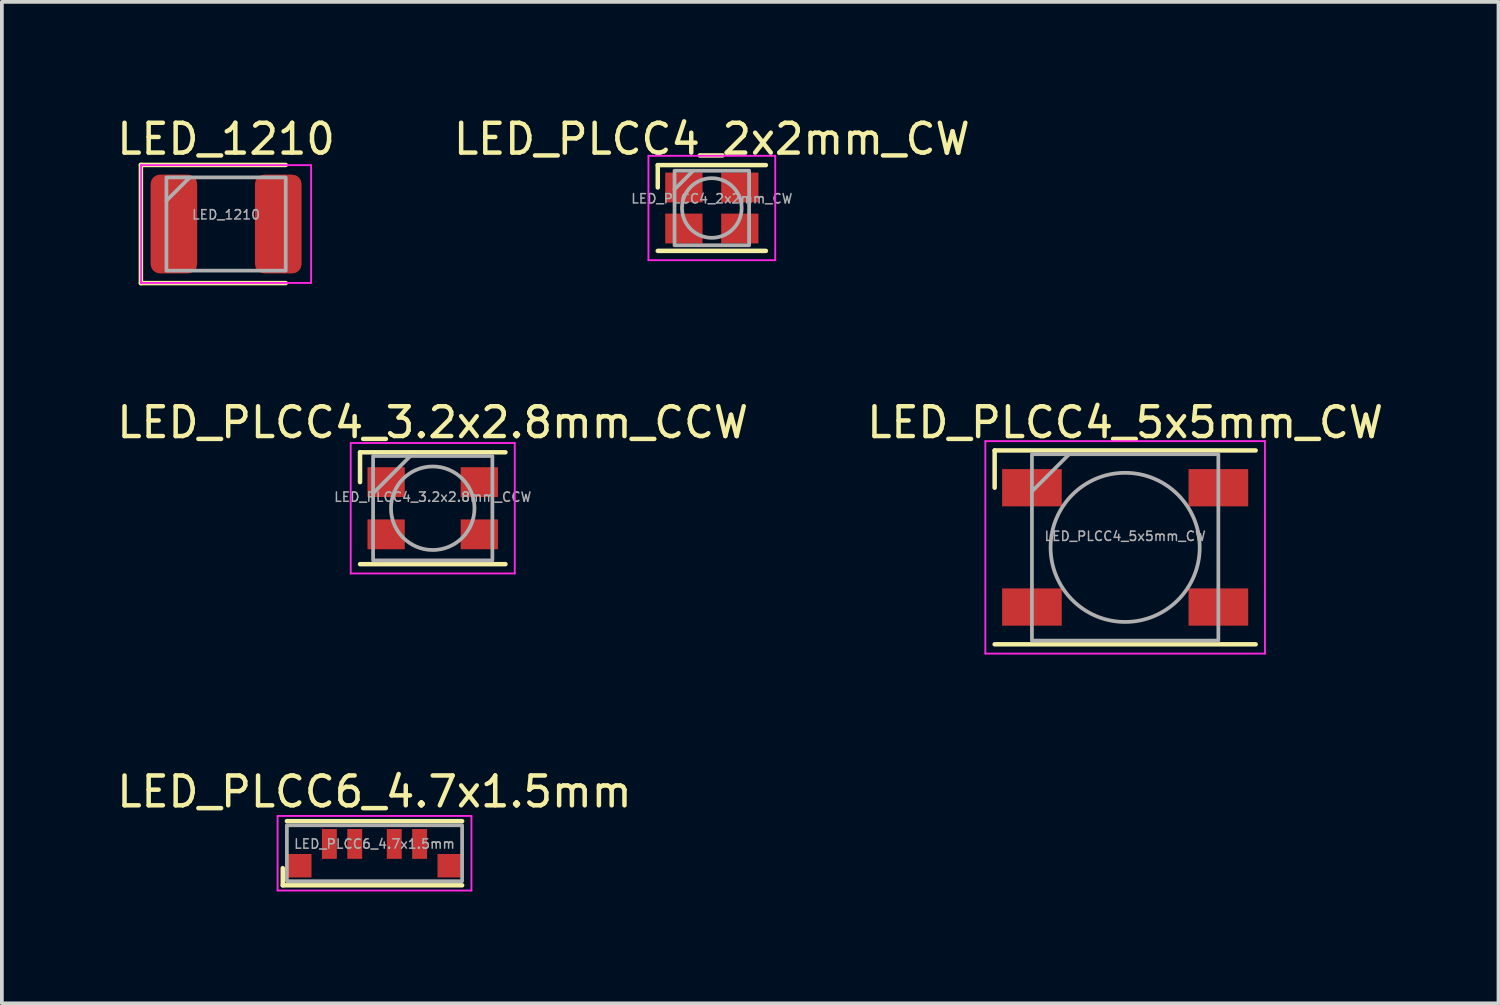
<source format=kicad_pcb>
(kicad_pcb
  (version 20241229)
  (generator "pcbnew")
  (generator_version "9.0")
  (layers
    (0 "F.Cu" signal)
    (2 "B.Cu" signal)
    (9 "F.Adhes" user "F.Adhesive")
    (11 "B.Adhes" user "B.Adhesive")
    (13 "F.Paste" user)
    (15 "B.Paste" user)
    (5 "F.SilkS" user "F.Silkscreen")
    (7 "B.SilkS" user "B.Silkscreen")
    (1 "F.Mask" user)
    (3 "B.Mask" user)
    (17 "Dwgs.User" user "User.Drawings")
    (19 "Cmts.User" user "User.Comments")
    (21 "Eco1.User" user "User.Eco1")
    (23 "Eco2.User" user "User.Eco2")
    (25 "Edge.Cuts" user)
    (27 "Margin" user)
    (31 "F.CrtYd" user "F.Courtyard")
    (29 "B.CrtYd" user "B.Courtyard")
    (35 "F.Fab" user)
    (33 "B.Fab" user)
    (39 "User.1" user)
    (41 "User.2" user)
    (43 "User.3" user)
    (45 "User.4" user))
  (footprint "LED_1210"
    (layer "F.Cu")
    (at 3.014 2.959)
    (property "Reference" "LED_1210" (at 0 -2.28 0) (layer "F.SilkS") (effects (font (size 0.8 0.8) (thickness 0.12))))
    (attr smd)
    (fp_line (start -2.285 -1.585) (end -2.285 1.585) (stroke (width 0.12) (type solid)) (layer "F.SilkS"))
    (fp_line (start -2.285 1.585) (end 1.6 1.585) (stroke (width 0.12) (type solid)) (layer "F.SilkS"))
    (fp_line (start 1.6 -1.585) (end -2.285 -1.585) (stroke (width 0.12) (type solid)) (layer "F.SilkS"))
    (fp_line (start -2.28 -1.58) (end 2.28 -1.58) (stroke (width 0.05) (type solid)) (layer "F.CrtYd"))
    (fp_line (start -2.28 1.58) (end -2.28 -1.58) (stroke (width 0.05) (type solid)) (layer "F.CrtYd"))
    (fp_line (start 2.28 -1.58) (end 2.28 1.58) (stroke (width 0.05) (type solid)) (layer "F.CrtYd"))
    (fp_line (start 2.28 1.58) (end -2.28 1.58) (stroke (width 0.05) (type solid)) (layer "F.CrtYd"))
    (fp_line (start -0.975 -1.25) (end -1.6 -0.625) (stroke (width 0.1) (type solid)) (layer "F.Fab"))
    (fp_rect (start -1.6 -1.25) (end 1.6 1.25) (stroke (width 0.1) (type default)) (fill no) (layer "F.Fab"))
    (fp_text user "${REFERENCE}" (at 0 -0.25 0) (layer "F.Fab") (effects (font (size 0.25 0.25) (thickness 0.04))))
    (pad "1" smd roundrect (at -1.4 0) (size 1.25 2.65) (layers "F.Cu" "F.Mask" "F.Paste") (roundrect_rratio 0.2))
    (pad "2" smd roundrect (at 1.4 0) (size 1.25 2.65) (layers "F.Cu" "F.Mask" "F.Paste") (roundrect_rratio 0.2)))
  (footprint "LED_PLCC4_2x2mm_CW"
    (layer "F.Cu")
    (at 16.043 2.529)
    (property "Reference" "LED_PLCC4_2x2mm_CW" (at 0 -1.85 0) (layer "F.SilkS") (effects (font (size 0.8 0.8) (thickness 0.12))))
    (attr smd)
    (fp_line (start -1.45 -1.15) (end 1.45 -1.15) (stroke (width 0.12) (type solid)) (layer "F.SilkS"))
    (fp_line (start -1.45 -0.55) (end -1.45 -1.15) (stroke (width 0.12) (type solid)) (layer "F.SilkS"))
    (fp_line (start -1.45 1.15) (end 1.45 1.15) (stroke (width 0.12) (type solid)) (layer "F.SilkS"))
    (fp_line (start -1.7 -1.4) (end -1.7 1.4) (stroke (width 0.05) (type solid)) (layer "F.CrtYd"))
    (fp_line (start -1.7 1.4) (end 1.7 1.4) (stroke (width 0.05) (type solid)) (layer "F.CrtYd"))
    (fp_line (start 1.7 -1.4) (end -1.7 -1.4) (stroke (width 0.05) (type solid)) (layer "F.CrtYd"))
    (fp_line (start 1.7 1.4) (end 1.7 -1.4) (stroke (width 0.05) (type solid)) (layer "F.CrtYd"))
    (fp_line (start -0.5 -1) (end -1 -0.5) (stroke (width 0.1) (type solid)) (layer "F.Fab"))
    (fp_rect (start -1 -1) (end 1 1) (stroke (width 0.1) (type default)) (fill no) (layer "F.Fab"))
    (fp_circle (center 0 0) (end 0.8 0) (stroke (width 0.1) (type solid)) (fill no) (layer "F.Fab"))
    (fp_text user "${REFERENCE}" (at 0 -0.25 0) (layer "F.Fab") (effects (font (size 0.25 0.25) (thickness 0.04))))
    (pad "1" smd rect (at -0.75 -0.55) (size 1 0.8) (layers "F.Cu" "F.Mask" "F.Paste"))
    (pad "2" smd rect (at 0.75 -0.55) (size 1 0.8) (layers "F.Cu" "F.Mask" "F.Paste"))
    (pad "3" smd rect (at 0.75 0.55) (size 1 0.8) (layers "F.Cu" "F.Mask" "F.Paste"))
    (pad "4" smd rect (at -0.75 0.55) (size 1 0.8) (layers "F.Cu" "F.Mask" "F.Paste")))
  (footprint "LED_PLCC6_4.7x1.5mm"
    (layer "F.Cu")
    (at 6.995 19.836)
    (property "Reference" "LED_PLCC6_4.7x1.5mm" (at 0 -1.65 0) (layer "F.SilkS") (effects (font (size 0.8 0.8) (thickness 0.12))))
    (attr smd)
    (fp_line (start -2.46 0.4) (end -2.46 0.86) (stroke (width 0.12) (type solid)) (layer "F.SilkS"))
    (fp_line (start -2.46 0.86) (end 2.35 0.86) (stroke (width 0.12) (type solid)) (layer "F.SilkS"))
    (fp_line (start -2.35 -0.86) (end 2.35 -0.86) (stroke (width 0.12) (type solid)) (layer "F.SilkS"))
    (fp_line (start -2.6 -1) (end -2.6 1) (stroke (width 0.05) (type solid)) (layer "F.CrtYd"))
    (fp_line (start -2.6 -1) (end 2.6 -1) (stroke (width 0.05) (type solid)) (layer "F.CrtYd"))
    (fp_line (start 2.6 -1) (end 2.6 1) (stroke (width 0.05) (type solid)) (layer "F.CrtYd"))
    (fp_line (start 2.6 1) (end -2.6 1) (stroke (width 0.05) (type solid)) (layer "F.CrtYd"))
    (fp_rect (start -2.35 -0.75) (end 2.35 0.75) (stroke (width 0.1) (type default)) (fill no) (layer "F.Fab"))
    (fp_text user "${REFERENCE}" (at 0 -0.25 0) (layer "F.Fab") (effects (font (size 0.25 0.25) (thickness 0.04))))
    (pad "1" smd rect (at -2.02 0.335) (size 0.66 0.63) (layers "F.Cu" "F.Mask" "F.Paste"))
    (pad "2" smd rect (at -1.21 -0.25) (size 0.4 0.8) (layers "F.Cu" "F.Mask" "F.Paste"))
    (pad "3" smd rect (at -0.53 -0.25) (size 0.4 0.8) (layers "F.Cu" "F.Mask" "F.Paste"))
    (pad "4" smd rect (at 0.53 -0.25) (size 0.4 0.8) (layers "F.Cu" "F.Mask" "F.Paste"))
    (pad "5" smd rect (at 1.21 -0.25) (size 0.4 0.8) (layers "F.Cu" "F.Mask" "F.Paste"))
    (pad "6" smd rect (at 2.02 0.335) (size 0.66 0.63) (layers "F.Cu" "F.Mask" "F.Paste")))
  (footprint "LED_PLCC4_3.2x2.8mm_CCW"
    (layer "F.Cu")
    (at 8.557 10.582)
    (property "Reference" "LED_PLCC4_3.2x2.8mm_CCW" (at 0 -2.3 0) (layer "F.SilkS") (effects (font (size 0.8 0.8) (thickness 0.12))))
    (attr smd)
    (fp_line (start -1.95 -1.5) (end 1.95 -1.5) (stroke (width 0.12) (type solid)) (layer "F.SilkS"))
    (fp_line (start -1.95 -0.7) (end -1.95 -1.5) (stroke (width 0.12) (type solid)) (layer "F.SilkS"))
    (fp_line (start -1.95 1.5) (end 1.95 1.5) (stroke (width 0.12) (type solid)) (layer "F.SilkS"))
    (fp_line (start -2.2 -1.75) (end -2.2 1.75) (stroke (width 0.05) (type solid)) (layer "F.CrtYd"))
    (fp_line (start -2.2 1.75) (end 2.2 1.75) (stroke (width 0.05) (type solid)) (layer "F.CrtYd"))
    (fp_line (start 2.2 -1.75) (end -2.2 -1.75) (stroke (width 0.05) (type solid)) (layer "F.CrtYd"))
    (fp_line (start 2.2 1.75) (end 2.2 -1.75) (stroke (width 0.05) (type solid)) (layer "F.CrtYd"))
    (fp_line (start -0.6 -1.4) (end -1.6 -0.4) (stroke (width 0.1) (type solid)) (layer "F.Fab"))
    (fp_rect (start -1.6 -1.4) (end 1.6 1.4) (stroke (width 0.1) (type default)) (fill no) (layer "F.Fab"))
    (fp_circle (center 0 0) (end 1.12 0) (stroke (width 0.1) (type solid)) (fill no) (layer "F.Fab"))
    (fp_text user "${REFERENCE}" (at 0 -0.3 0) (layer "F.Fab") (effects (font (size 0.25 0.25) (thickness 0.04))))
    (pad "1" smd rect (at -1.25 -0.7) (size 1 0.8) (layers "F.Cu" "F.Mask" "F.Paste"))
    (pad "2" smd rect (at -1.25 0.7) (size 1 0.8) (layers "F.Cu" "F.Mask" "F.Paste"))
    (pad "3" smd rect (at 1.25 0.7) (size 1 0.8) (layers "F.Cu" "F.Mask" "F.Paste"))
    (pad "4" smd rect (at 1.25 -0.7) (size 1 0.8) (layers "F.Cu" "F.Mask" "F.Paste")))
  (footprint "LED_PLCC4_5x5mm_CW"
    (layer "F.Cu")
    (at 27.129 11.632)
    (property "Reference" "LED_PLCC4_5x5mm_CW" (at 0 -3.35 0) (layer "F.SilkS") (effects (font (size 0.8 0.8) (thickness 0.12))))
    (attr smd)
    (fp_line (start -3.5 -2.6) (end 3.5 -2.6) (stroke (width 0.12) (type solid)) (layer "F.SilkS"))
    (fp_line (start -3.5 -1.6) (end -3.5 -2.6) (stroke (width 0.12) (type solid)) (layer "F.SilkS"))
    (fp_line (start -3.5 2.6) (end 3.5 2.6) (stroke (width 0.12) (type solid)) (layer "F.SilkS"))
    (fp_line (start -3.75 -2.85) (end -3.75 2.85) (stroke (width 0.05) (type solid)) (layer "F.CrtYd"))
    (fp_line (start -3.75 2.85) (end 3.75 2.85) (stroke (width 0.05) (type solid)) (layer "F.CrtYd"))
    (fp_line (start 3.75 -2.85) (end -3.75 -2.85) (stroke (width 0.05) (type solid)) (layer "F.CrtYd"))
    (fp_line (start 3.75 2.85) (end 3.75 -2.85) (stroke (width 0.05) (type solid)) (layer "F.CrtYd"))
    (fp_line (start -1.5 -2.5) (end -2.5 -1.5) (stroke (width 0.1) (type solid)) (layer "F.Fab"))
    (fp_rect (start -2.5 -2.5) (end 2.5 2.5) (stroke (width 0.1) (type default)) (fill no) (layer "F.Fab"))
    (fp_circle (center 0 0) (end 0 -2) (stroke (width 0.1) (type solid)) (fill no) (layer "F.Fab"))
    (fp_text user "${REFERENCE}" (at 0 -0.3 0) (layer "F.Fab") (effects (font (size 0.25 0.25) (thickness 0.04))))
    (pad "1" smd rect (at -2.5 -1.6) (size 1.6 1) (layers "F.Cu" "F.Mask" "F.Paste"))
    (pad "2" smd rect (at 2.5 -1.6) (size 1.6 1) (layers "F.Cu" "F.Mask" "F.Paste"))
    (pad "3" smd rect (at 2.5 1.6) (size 1.6 1) (layers "F.Cu" "F.Mask" "F.Paste"))
    (pad "4" smd rect (at -2.5 1.6) (size 1.6 1) (layers "F.Cu" "F.Mask" "F.Paste")))
  (gr_rect
    (start -3 -3)
    (end 37.143 23.861)
    (stroke (width 0.1) (type default))
    (fill no)
    (layer "Edge.Cuts")))
</source>
